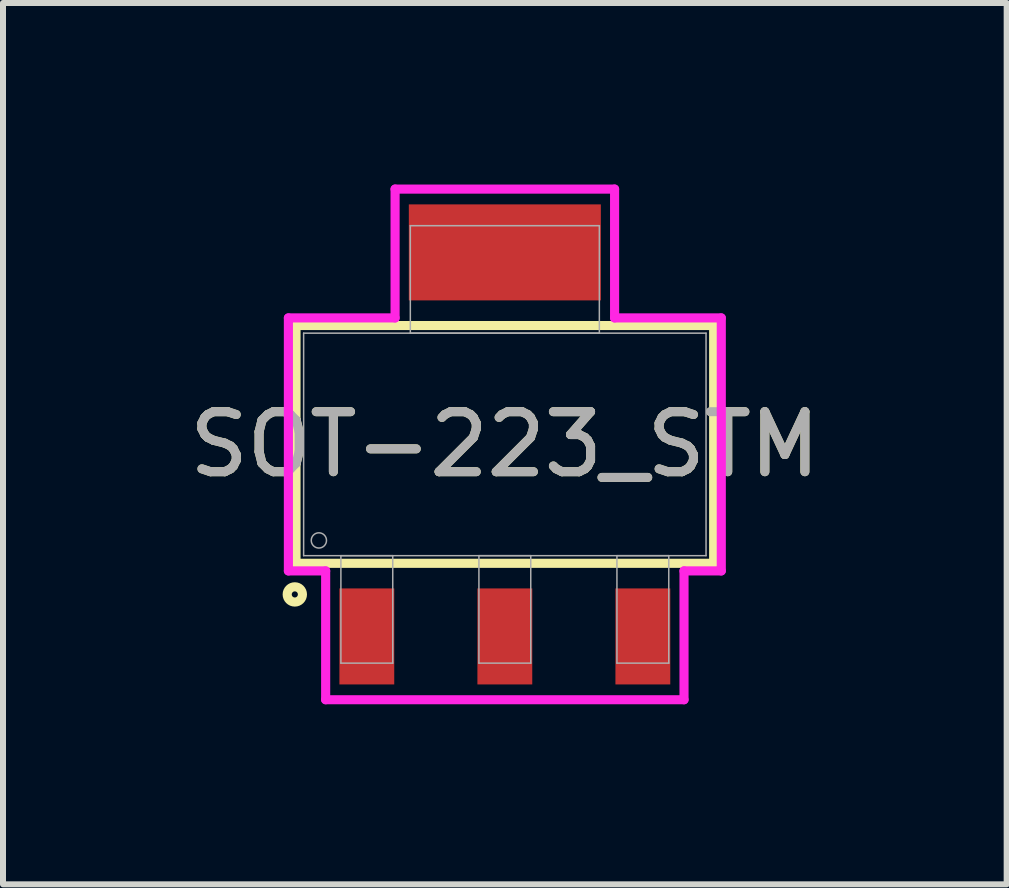
<source format=kicad_pcb>
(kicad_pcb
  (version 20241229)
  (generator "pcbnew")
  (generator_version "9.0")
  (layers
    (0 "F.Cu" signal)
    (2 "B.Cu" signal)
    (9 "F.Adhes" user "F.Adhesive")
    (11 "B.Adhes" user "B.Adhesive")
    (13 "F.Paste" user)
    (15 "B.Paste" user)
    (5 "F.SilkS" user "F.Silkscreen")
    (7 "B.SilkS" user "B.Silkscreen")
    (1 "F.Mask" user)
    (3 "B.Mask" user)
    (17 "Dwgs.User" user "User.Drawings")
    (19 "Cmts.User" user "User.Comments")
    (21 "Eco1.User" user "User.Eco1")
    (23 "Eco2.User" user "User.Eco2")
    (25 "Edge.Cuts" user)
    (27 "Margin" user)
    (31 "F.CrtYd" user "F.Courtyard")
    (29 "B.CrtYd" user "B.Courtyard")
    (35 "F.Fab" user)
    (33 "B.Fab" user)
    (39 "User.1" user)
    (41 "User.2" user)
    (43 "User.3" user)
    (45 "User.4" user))
  (footprint "SOT-223_STM"
    (layer "F.Cu")
    (at 5.363 4.356)
    (property "Reference" "SOT-223_STM" (at 0 0 0) (unlocked yes) (layer "F.SilkS") (effects (font (size 1 1) (thickness 0.15))))
    (attr smd)
    (fp_poly (pts (xy 1.626 -4.356) (xy -1.626 -4.356) (xy -1.626 -2.045) (xy 1.626 -2.045)) (stroke (width 0) (type solid)) (fill yes) (layer "F.Mask"))
    (fp_line (start -3.48 -1.981) (end -3.48 1.981) (stroke (width 0.152) (type solid)) (layer "F.SilkS"))
    (fp_line (start -3.48 1.981) (end 3.48 1.981) (stroke (width 0.152) (type solid)) (layer "F.SilkS"))
    (fp_line (start 3.48 -1.981) (end -3.48 -1.981) (stroke (width 0.152) (type solid)) (layer "F.SilkS"))
    (fp_line (start 3.48 1.981) (end 3.48 -1.981) (stroke (width 0.152) (type solid)) (layer "F.SilkS"))
    (fp_circle (center -3.5 2.5) (end -3.373 2.5) (stroke (width 0.152) (type solid)) (fill no) (layer "F.SilkS"))
    (fp_poly (pts (xy 1.6 -4) (xy -1.6 -4) (xy -1.6 -2.4) (xy 1.6 -2.4)) (stroke (width 0) (type solid)) (fill yes) (layer "F.Paste"))
    (fp_line (start -3.607 -2.108) (end -1.829 -2.108) (stroke (width 0.152) (type solid)) (layer "F.CrtYd"))
    (fp_line (start -3.607 2.108) (end -3.607 -2.108) (stroke (width 0.152) (type solid)) (layer "F.CrtYd"))
    (fp_line (start -2.986 2.108) (end -3.607 2.108) (stroke (width 0.152) (type solid)) (layer "F.CrtYd"))
    (fp_line (start -2.986 4.255) (end -2.986 2.108) (stroke (width 0.152) (type solid)) (layer "F.CrtYd"))
    (fp_line (start -1.829 -4.255) (end 1.829 -4.255) (stroke (width 0.152) (type solid)) (layer "F.CrtYd"))
    (fp_line (start -1.829 -2.108) (end -1.829 -4.255) (stroke (width 0.152) (type solid)) (layer "F.CrtYd"))
    (fp_line (start 1.829 -4.255) (end 1.829 -2.108) (stroke (width 0.152) (type solid)) (layer "F.CrtYd"))
    (fp_line (start 1.829 -2.108) (end 3.607 -2.108) (stroke (width 0.152) (type solid)) (layer "F.CrtYd"))
    (fp_line (start 2.986 2.108) (end 2.986 4.255) (stroke (width 0.152) (type solid)) (layer "F.CrtYd"))
    (fp_line (start 2.986 4.255) (end -2.986 4.255) (stroke (width 0.152) (type solid)) (layer "F.CrtYd"))
    (fp_line (start 3.607 -2.108) (end 3.607 2.108) (stroke (width 0.152) (type solid)) (layer "F.CrtYd"))
    (fp_line (start 3.607 2.108) (end 2.986 2.108) (stroke (width 0.152) (type solid)) (layer "F.CrtYd"))
    (fp_line (start -3.353 -1.854) (end -3.353 1.854) (stroke (width 0.025) (type solid)) (layer "F.Fab"))
    (fp_line (start -3.353 1.854) (end 3.353 1.854) (stroke (width 0.025) (type solid)) (layer "F.Fab"))
    (fp_line (start -2.732 1.854) (end -2.732 3.645) (stroke (width 0.025) (type solid)) (layer "F.Fab"))
    (fp_line (start -2.732 3.645) (end -1.868 3.645) (stroke (width 0.025) (type solid)) (layer "F.Fab"))
    (fp_line (start -1.868 1.854) (end -2.732 1.854) (stroke (width 0.025) (type solid)) (layer "F.Fab"))
    (fp_line (start -1.868 3.645) (end -1.868 1.854) (stroke (width 0.025) (type solid)) (layer "F.Fab"))
    (fp_line (start -1.575 -3.645) (end -1.575 -1.854) (stroke (width 0.025) (type solid)) (layer "F.Fab"))
    (fp_line (start -1.575 -1.854) (end 1.575 -1.854) (stroke (width 0.025) (type solid)) (layer "F.Fab"))
    (fp_line (start -0.432 1.854) (end -0.432 3.645) (stroke (width 0.025) (type solid)) (layer "F.Fab"))
    (fp_line (start -0.432 3.645) (end 0.432 3.645) (stroke (width 0.025) (type solid)) (layer "F.Fab"))
    (fp_line (start 0.432 1.854) (end -0.432 1.854) (stroke (width 0.025) (type solid)) (layer "F.Fab"))
    (fp_line (start 0.432 3.645) (end 0.432 1.854) (stroke (width 0.025) (type solid)) (layer "F.Fab"))
    (fp_line (start 1.575 -3.645) (end -1.575 -3.645) (stroke (width 0.025) (type solid)) (layer "F.Fab"))
    (fp_line (start 1.575 -1.854) (end 1.575 -3.645) (stroke (width 0.025) (type solid)) (layer "F.Fab"))
    (fp_line (start 1.868 1.854) (end 1.868 3.645) (stroke (width 0.025) (type solid)) (layer "F.Fab"))
    (fp_line (start 1.868 3.645) (end 2.732 3.645) (stroke (width 0.025) (type solid)) (layer "F.Fab"))
    (fp_line (start 2.732 1.854) (end 1.868 1.854) (stroke (width 0.025) (type solid)) (layer "F.Fab"))
    (fp_line (start 2.732 3.645) (end 2.732 1.854) (stroke (width 0.025) (type solid)) (layer "F.Fab"))
    (fp_line (start 3.353 -1.854) (end -3.353 -1.854) (stroke (width 0.025) (type solid)) (layer "F.Fab"))
    (fp_line (start 3.353 1.854) (end 3.353 -1.854) (stroke (width 0.025) (type solid)) (layer "F.Fab"))
    (fp_circle (center -3.099 1.6) (end -2.972 1.6) (stroke (width 0.025) (type solid)) (fill no) (layer "F.Fab"))
    (fp_text user "${REFERENCE}" (at 0 0 0) (unlocked yes) (layer "F.Fab") (effects (font (size 1 1) (thickness 0.15))))
    (pad "1" smd rect (at -2.3 3.2) (size 0.914 1.6) (layers "F.Cu" "F.Mask" "F.Paste"))
    (pad "2" smd rect (at 0 -3.2) (size 3.2 1.6) (layers "F.Cu" "F.Mask" "F.Paste"))
    (pad "2" smd rect (at 0 3.2) (size 0.914 1.6) (layers "F.Cu" "F.Mask" "F.Paste"))
    (pad "3" smd rect (at 2.3 3.2) (size 0.914 1.6) (layers "F.Cu" "F.Mask" "F.Paste")))
  (gr_rect
    (start -3 -3)
    (end 13.726 11.687)
    (stroke (width 0.1) (type default))
    (fill no)
    (layer "Edge.Cuts")))
</source>
